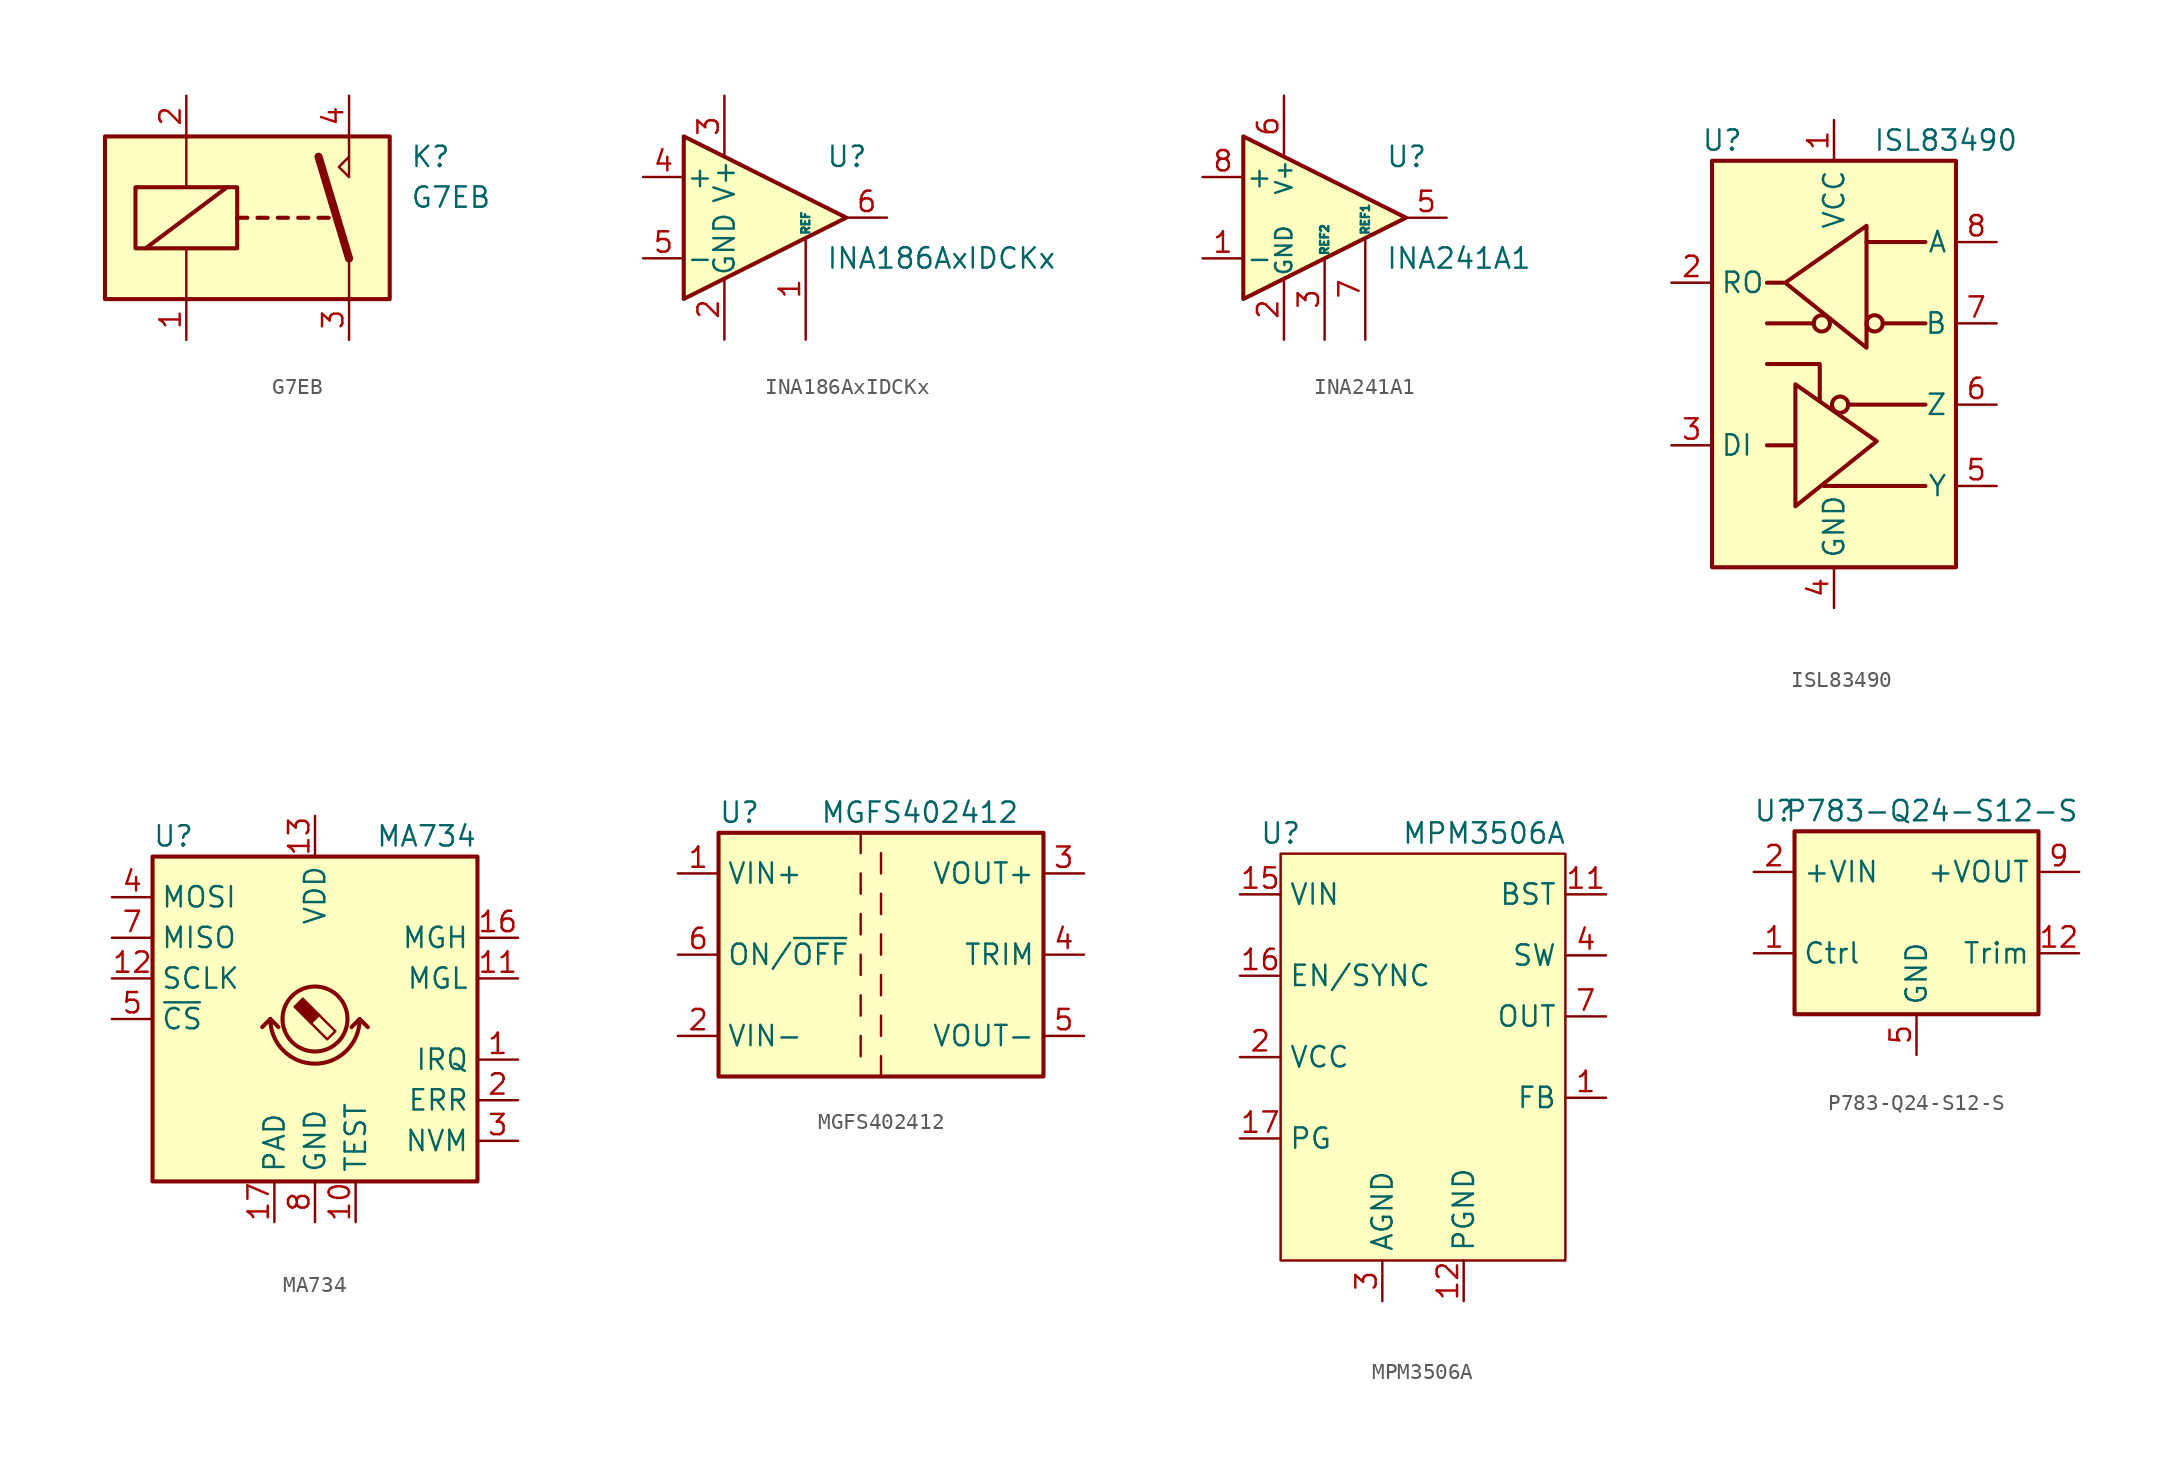
<source format=kicad_sym>
(kicad_symbol_lib
  (version 20220914)
  (generator kicad_symbol_editor)
  (symbol "G7EB"
    (property "Reference" "K"
      (at 8.89 3.81 0)
      (effects (font (size 1.27 1.27)) (justify left)))
    (property "Value" "G7EB"
      (at 8.89 1.27 0)
      (effects (font (size 1.27 1.27)) (justify left)))
    (symbol "G7EB_0_0"
      (polyline (pts (xy 5.08 5.08) (xy 5.08 2.54) (xy 4.445 3.175) (xy 5.08 3.81)) (stroke (width 0) (type default)) (fill (type none))))
    (symbol "G7EB_0_1"
      (rectangle (start -10.16 5.08) (end 7.62 -5.08) (stroke (width 0.254) (type default)) (fill (type background)))
      (rectangle (start -8.255 1.905) (end -1.905 -1.905) (stroke (width 0.254) (type default)) (fill (type none)))
      (polyline (pts (xy -7.62 -1.905) (xy -2.54 1.905)) (stroke (width 0.254) (type default)) (fill (type none)))
      (polyline (pts (xy -5.08 -5.08) (xy -5.08 -1.905)) (stroke (width 0) (type default)) (fill (type none)))
      (polyline (pts (xy -5.08 5.08) (xy -5.08 1.905)) (stroke (width 0) (type default)) (fill (type none)))
      (polyline (pts (xy -1.905 0) (xy -1.27 0)) (stroke (width 0.254) (type default)) (fill (type none)))
      (polyline (pts (xy -0.635 0) (xy 0 0)) (stroke (width 0.254) (type default)) (fill (type none)))
      (polyline (pts (xy 0.635 0) (xy 1.27 0)) (stroke (width 0.254) (type default)) (fill (type none)))
      (polyline (pts (xy 1.905 0) (xy 2.54 0)) (stroke (width 0.254) (type default)) (fill (type none)))
      (polyline (pts (xy 3.175 0) (xy 3.81 0)) (stroke (width 0.254) (type default)) (fill (type none)))
      (polyline (pts (xy 5.08 -2.54) (xy 3.175 3.81)) (stroke (width 0.508) (type default)) (fill (type none)))
      (polyline (pts (xy 5.08 -2.54) (xy 5.08 -5.08)) (stroke (width 0) (type default)) (fill (type none))))
    (symbol "G7EB_1_1"
      (pin passive line (at -5.08 -7.62 90) (length 2.54) (name "~" (effects (font (size 1.27 1.27)))) (number "1" (effects (font (size 1.27 1.27)))))
      (pin passive line (at -5.08 7.62 270) (length 2.54) (name "~" (effects (font (size 1.27 1.27)))) (number "2" (effects (font (size 1.27 1.27)))))
      (pin passive line (at 5.08 -7.62 90) (length 2.54) (name "~" (effects (font (size 1.27 1.27)))) (number "3" (effects (font (size 1.27 1.27)))))
      (pin passive line (at 5.08 7.62 270) (length 2.54) (name "~" (effects (font (size 1.27 1.27)))) (number "4" (effects (font (size 1.27 1.27)))))))
  (symbol "INA186AxIDCKx"
    (pin_names
      (offset 0.127))
    (property "Reference" "U"
      (at 3.81 3.81 0)
      (effects (font (size 1.27 1.27)) (justify left)))
    (property "Value" "INA186AxIDCKx"
      (at 3.81 -2.54 0)
      (effects (font (size 1.27 1.27)) (justify left)))
    (symbol "INA186AxIDCKx_0_1"
      (polyline (pts (xy 5.08 0) (xy -5.08 5.08) (xy -5.08 -5.08) (xy 5.08 0)) (stroke (width 0.254) (type default)) (fill (type background))))
    (symbol "INA186AxIDCKx_1_1"
      (pin input line (at 2.54 -7.62 90) (length 6.35) (name "REF" (effects (font (size 0.508 0.508)))) (number "1" (effects (font (size 1.27 1.27)))))
      (pin power_in line (at -2.54 -7.62 90) (length 3.81) (name "GND" (effects (font (size 1.27 1.27)))) (number "2" (effects (font (size 1.27 1.27)))))
      (pin power_in line (at -2.54 7.62 270) (length 3.81) (name "V+" (effects (font (size 1.27 1.27)))) (number "3" (effects (font (size 1.27 1.27)))))
      (pin input line (at -7.62 2.54 0) (length 2.54) (name "+" (effects (font (size 1.27 1.27)))) (number "4" (effects (font (size 1.27 1.27)))))
      (pin input line (at -7.62 -2.54 0) (length 2.54) (name "-" (effects (font (size 1.27 1.27)))) (number "5" (effects (font (size 1.27 1.27)))))
      (pin output line (at 7.62 0 180) (length 2.54) (name "~" (effects (font (size 1.27 1.27)))) (number "6" (effects (font (size 1.27 1.27)))))))
  (symbol "INA241A1"
    (pin_names
      (offset 0.127))
    (property "Reference" "U"
      (at 3.81 3.81 0)
      (effects (font (size 1.27 1.27)) (justify left)))
    (property "Value" "INA241A1"
      (at 3.81 -2.54 0)
      (effects (font (size 1.27 1.27)) (justify left)))
    (symbol "INA241A1_0_1"
      (polyline (pts (xy 5.08 0) (xy -5.08 5.08) (xy -5.08 -5.08) (xy 5.08 0)) (stroke (width 0.254) (type default)) (fill (type background))))
    (symbol "INA241A1_1_1"
      (pin input line (at -7.62 -2.54 0) (length 2.54) (name "-" (effects (font (size 1.27 1.27)))) (number "1" (effects (font (size 1.27 1.27)))))
      (pin power_in line (at -2.54 -7.62 90) (length 3.81) (name "GND" (effects (font (size 1.016 1.016)))) (number "2" (effects (font (size 1.27 1.27)))))
      (pin passive line (at 0 -7.62 90) (length 5.08) (name "REF2" (effects (font (size 0.508 0.508)))) (number "3" (effects (font (size 1.27 1.27)))))
      (pin passive line (at -2.54 -7.62 90) (length 3.81) hide (name "NC" (effects (font (size 1.016 1.016)))) (number "4" (effects (font (size 1.27 1.27)))))
      (pin output line (at 7.62 0 180) (length 2.54) (name "~" (effects (font (size 1.27 1.27)))) (number "5" (effects (font (size 1.27 1.27)))))
      (pin power_in line (at -2.54 7.62 270) (length 3.81) (name "V+" (effects (font (size 1.016 1.016)))) (number "6" (effects (font (size 1.27 1.27)))))
      (pin passive line (at 2.54 -7.62 90) (length 6.35) (name "REF1" (effects (font (size 0.508 0.508)))) (number "7" (effects (font (size 1.27 1.27)))))
      (pin input line (at -7.62 2.54 0) (length 2.54) (name "+" (effects (font (size 1.27 1.27)))) (number "8" (effects (font (size 1.27 1.27)))))))
  (symbol "ISL83490"
    (property "Reference" "U"
      (at -6.985 13.97 0)
      (effects (font (size 1.27 1.27))))
    (property "Value" "ISL83490"
      (at 6.985 13.97 0)
      (effects (font (size 1.27 1.27))))
    (symbol "ISL83490_0_1"
      (rectangle (start -7.62 12.7) (end 7.62 -12.7) (stroke (width 0.254) (type default)) (fill (type background))))
    (symbol "ISL83490_1_1"
      (circle (center -0.762 2.54) (radius 0.508) (stroke (width 0.254) (type default)) (fill (type none)))
      (polyline (pts (xy -4.191 2.54) (xy -1.27 2.54)) (stroke (width 0.254) (type default)) (fill (type none)))
      (polyline (pts (xy -2.54 -5.08) (xy -4.191 -5.08)) (stroke (width 0.254) (type default)) (fill (type none)))
      (polyline (pts (xy -0.635 -7.62) (xy 5.715 -7.62)) (stroke (width 0.254) (type default)) (fill (type none)))
      (polyline (pts (xy 0.889 -2.54) (xy 5.715 -2.54)) (stroke (width 0.254) (type default)) (fill (type none)))
      (polyline (pts (xy 2.032 7.62) (xy 5.715 7.62)) (stroke (width 0.254) (type default)) (fill (type none)))
      (polyline (pts (xy 3.048 2.54) (xy 5.715 2.54)) (stroke (width 0.254) (type default)) (fill (type none)))
      (polyline (pts (xy -4.191 0) (xy -0.889 0) (xy -0.889 -2.286)) (stroke (width 0.254) (type default)) (fill (type none)))
      (polyline (pts (xy -3.175 5.08) (xy -4.191 5.08) (xy -4.064 5.08)) (stroke (width 0.254) (type default)) (fill (type none)))
      (polyline (pts (xy -2.413 -5.08) (xy -2.413 -1.27) (xy 2.667 -4.826) (xy -2.413 -8.89) (xy -2.413 -5.08)) (stroke (width 0.254) (type default)) (fill (type none)))
      (polyline (pts (xy 2.032 4.826) (xy 2.032 8.636) (xy -3.048 5.08) (xy 2.032 1.016) (xy 2.032 4.826)) (stroke (width 0.254) (type default)) (fill (type none)))
      (circle (center 0.381 -2.54) (radius 0.508) (stroke (width 0.254) (type default)) (fill (type none)))
      (circle (center 2.54 2.54) (radius 0.508) (stroke (width 0.254) (type default)) (fill (type none)))
      (pin power_in line (at 0 15.24 270) (length 2.54) (name "VCC" (effects (font (size 1.27 1.27)))) (number "1" (effects (font (size 1.27 1.27)))))
      (pin output line (at -10.16 5.08 0) (length 2.54) (name "RO" (effects (font (size 1.27 1.27)))) (number "2" (effects (font (size 1.27 1.27)))))
      (pin input line (at -10.16 -5.08 0) (length 2.54) (name "DI" (effects (font (size 1.27 1.27)))) (number "3" (effects (font (size 1.27 1.27)))))
      (pin power_in line (at 0 -15.24 90) (length 2.54) (name "GND" (effects (font (size 1.27 1.27)))) (number "4" (effects (font (size 1.27 1.27)))))
      (pin output line (at 10.16 -7.62 180) (length 2.54) (name "Y" (effects (font (size 1.27 1.27)))) (number "5" (effects (font (size 1.27 1.27)))))
      (pin output line (at 10.16 -2.54 180) (length 2.54) (name "Z" (effects (font (size 1.27 1.27)))) (number "6" (effects (font (size 1.27 1.27)))))
      (pin input line (at 10.16 2.54 180) (length 2.54) (name "B" (effects (font (size 1.27 1.27)))) (number "7" (effects (font (size 1.27 1.27)))))
      (pin input line (at 10.16 7.62 180) (length 2.54) (name "A" (effects (font (size 1.27 1.27)))) (number "8" (effects (font (size 1.27 1.27)))))))
  (symbol "MA734"
    (property "Reference" "U"
      (at -10.16 11.43 0)
      (effects (font (size 1.27 1.27)) (justify left)))
    (property "Value" "MA734"
      (at 10.16 11.43 0)
      (effects (font (size 1.27 1.27)) (justify right)))
    (symbol "MA734_0_1"
      (rectangle (start -10.16 10.16) (end 10.16 -10.16) (stroke (width 0.254) (type solid)) (fill (type background)))
      (arc (start -2.794 0) (mid 0 -2.7819) (end 2.794 0) (stroke (width 0.254) (type solid)) (fill (type none)))
      (polyline (pts (xy -2.794 0) (xy -3.302 -0.508)) (stroke (width 0.254) (type solid)) (fill (type none)))
      (polyline (pts (xy -2.794 0) (xy -2.286 -0.508)) (stroke (width 0.254) (type solid)) (fill (type none)))
      (polyline (pts (xy 2.794 0) (xy 2.286 -0.508)) (stroke (width 0.254) (type solid)) (fill (type none)))
      (polyline (pts (xy 2.794 0) (xy 3.302 -0.508)) (stroke (width 0.254) (type solid)) (fill (type none))))
    (symbol "MA734_1_1"
      (polyline (pts (xy 0.254 0.254) (xy 1.27 -0.762) (xy 0.762 -1.27) (xy -0.254 -0.254)) (stroke (width 0) (type solid)) (fill (type none)))
      (polyline (pts (xy -0.762 1.27) (xy 0.254 0.254) (xy -0.254 -0.254) (xy -1.27 0.762) (xy -1.016 1.016) (xy -0.762 1.27) (xy -0.635 1.143)) (stroke (width 0) (type solid)) (fill (type outline)))
      (circle (center 0 0) (radius 2.032) (stroke (width 0.254) (type solid)) (fill (type none)))
      (pin output line (at 12.7 -2.54 180) (length 2.54) (name "IRQ" (effects (font (size 1.27 1.27)))) (number "1" (effects (font (size 1.27 1.27)))))
      (pin passive line (at 2.54 -12.7 90) (length 2.54) (name "TEST" (effects (font (size 1.27 1.27)))) (number "10" (effects (font (size 1.27 1.27)))))
      (pin output line (at 12.7 2.54 180) (length 2.54) (name "MGL" (effects (font (size 1.27 1.27)))) (number "11" (effects (font (size 1.27 1.27)))))
      (pin input line (at -12.7 2.54 0) (length 2.54) (name "SCLK" (effects (font (size 1.27 1.27)))) (number "12" (effects (font (size 1.27 1.27)))))
      (pin power_in line (at 0 12.7 270) (length 2.54) (name "VDD" (effects (font (size 1.27 1.27)))) (number "13" (effects (font (size 1.27 1.27)))))
      (pin no_connect line (at -12.7 -2.54 0) (length 2.54) hide (name "NC" (effects (font (size 1.27 1.27)))) (number "14" (effects (font (size 1.27 1.27)))))
      (pin no_connect line (at -12.7 -5.08 0) (length 2.54) hide (name "NC" (effects (font (size 1.27 1.27)))) (number "15" (effects (font (size 1.27 1.27)))))
      (pin output line (at 12.7 5.08 180) (length 2.54) (name "MGH" (effects (font (size 1.27 1.27)))) (number "16" (effects (font (size 1.27 1.27)))))
      (pin passive line (at -2.54 -12.7 90) (length 2.54) (name "PAD" (effects (font (size 1.27 1.27)))) (number "17" (effects (font (size 1.27 1.27)))))
      (pin output line (at 12.7 -5.08 180) (length 2.54) (name "ERR" (effects (font (size 1.27 1.27)))) (number "2" (effects (font (size 1.27 1.27)))))
      (pin output line (at 12.7 -7.62 180) (length 2.54) (name "NVM" (effects (font (size 1.27 1.27)))) (number "3" (effects (font (size 1.27 1.27)))))
      (pin input line (at -12.7 7.62 0) (length 2.54) (name "MOSI" (effects (font (size 1.27 1.27)))) (number "4" (effects (font (size 1.27 1.27)))))
      (pin input line (at -12.7 0 0) (length 2.54) (name "~{CS}" (effects (font (size 1.27 1.27)))) (number "5" (effects (font (size 1.27 1.27)))))
      (pin no_connect line (at -12.7 -7.62 0) (length 2.54) hide (name "NC" (effects (font (size 1.27 1.27)))) (number "6" (effects (font (size 1.27 1.27)))))
      (pin output line (at -12.7 5.08 0) (length 2.54) (name "MISO" (effects (font (size 1.27 1.27)))) (number "7" (effects (font (size 1.27 1.27)))))
      (pin power_in line (at 0 -12.7 90) (length 2.54) (name "GND" (effects (font (size 1.27 1.27)))) (number "8" (effects (font (size 1.27 1.27)))))
      (pin no_connect line (at 12.7 7.62 180) (length 2.54) hide (name "NC" (effects (font (size 1.27 1.27)))) (number "9" (effects (font (size 1.27 1.27)))))))
  (symbol "MGFS402412"
    (property "Reference" "U"
      (at -10.16 8.89 0)
      (effects (font (size 1.27 1.27)) (justify left)))
    (property "Value" "MGFS402412"
      (at -3.81 8.89 0)
      (effects (font (size 1.27 1.27)) (justify left)))
    (symbol "MGFS402412_0_1"
      (rectangle (start -10.16 7.62) (end 10.16 -7.62) (stroke (width 0.254) (type default)) (fill (type background)))
      (polyline (pts (xy -1.27 -5.08) (xy -1.27 -6.35)) (stroke (width 0) (type default)) (fill (type none)))
      (polyline (pts (xy -1.27 -2.54) (xy -1.27 -3.81)) (stroke (width 0) (type default)) (fill (type none)))
      (polyline (pts (xy -1.27 0) (xy -1.27 -1.27)) (stroke (width 0) (type default)) (fill (type none)))
      (polyline (pts (xy -1.27 2.54) (xy -1.27 1.27)) (stroke (width 0) (type default)) (fill (type none)))
      (polyline (pts (xy -1.27 5.08) (xy -1.27 3.81)) (stroke (width 0) (type default)) (fill (type none)))
      (polyline (pts (xy -1.27 7.62) (xy -1.27 6.35)) (stroke (width 0) (type default)) (fill (type none)))
      (polyline (pts (xy 0 -7.62) (xy 0 -6.35)) (stroke (width 0) (type default)) (fill (type none)))
      (polyline (pts (xy 0 -5.08) (xy 0 -3.81)) (stroke (width 0) (type default)) (fill (type none)))
      (polyline (pts (xy 0 -1.27) (xy 0 -2.54)) (stroke (width 0) (type default)) (fill (type none)))
      (polyline (pts (xy 0 0) (xy 0 1.27)) (stroke (width 0) (type default)) (fill (type none)))
      (polyline (pts (xy 0 2.54) (xy 0 3.81)) (stroke (width 0) (type default)) (fill (type none)))
      (polyline (pts (xy 0 5.08) (xy 0 6.35)) (stroke (width 0) (type default)) (fill (type none))))
    (symbol "MGFS402412_1_1"
      (pin power_in line (at -12.7 5.08 0) (length 2.54) (name "VIN+" (effects (font (size 1.27 1.27)))) (number "1" (effects (font (size 1.27 1.27)))))
      (pin power_in line (at -12.7 -5.08 0) (length 2.54) (name "VIN-" (effects (font (size 1.27 1.27)))) (number "2" (effects (font (size 1.27 1.27)))))
      (pin power_out line (at 12.7 5.08 180) (length 2.54) (name "VOUT+" (effects (font (size 1.27 1.27)))) (number "3" (effects (font (size 1.27 1.27)))))
      (pin passive line (at 12.7 0 180) (length 2.54) (name "TRIM" (effects (font (size 1.27 1.27)))) (number "4" (effects (font (size 1.27 1.27)))))
      (pin power_out line (at 12.7 -5.08 180) (length 2.54) (name "VOUT-" (effects (font (size 1.27 1.27)))) (number "5" (effects (font (size 1.27 1.27)))))
      (pin input line (at -12.7 0 0) (length 2.54) (name "ON/~{OFF}" (effects (font (size 1.27 1.27)))) (number "6" (effects (font (size 1.27 1.27)))))))
  (symbol "MPM3506A"
    (property "Reference" "U"
      (at -8.89 13.97 0)
      (effects (font (size 1.27 1.27))))
    (property "Value" "MPM3506A"
      (at 3.81 13.97 0)
      (effects (font (size 1.27 1.27))))
    (symbol "MPM3506A_1_0"
      (pin free line (at 11.43 10.16 180) (length 2.54) (name "BST" (effects (font (size 1.27 1.27)))) (number "11" (effects (font (size 1.27 1.27))))))
    (symbol "MPM3506A_1_1"
      (rectangle (start -8.89 12.7) (end 8.89 -12.7) (stroke (width 0) (type default)) (fill (type background)))
      (pin input line (at 11.43 -2.54 180) (length 2.54) (name "FB" (effects (font (size 1.27 1.27)))) (number "1" (effects (font (size 1.27 1.27)))))
      (pin no_connect line (at 11.43 -8.89 180) (length 2.54) hide (name "NC" (effects (font (size 1.27 1.27)))) (number "10" (effects (font (size 1.27 1.27)))))
      (pin power_in line (at 2.54 -15.24 90) (length 2.54) (name "PGND" (effects (font (size 1.27 1.27)))) (number "12" (effects (font (size 1.27 1.27)))))
      (pin power_in line (at 2.54 -15.24 90) (length 2.54) hide (name "PGND" (effects (font (size 1.27 1.27)))) (number "13" (effects (font (size 1.27 1.27)))))
      (pin no_connect line (at 11.43 -11.43 180) (length 2.54) hide (name "NC" (effects (font (size 1.27 1.27)))) (number "14" (effects (font (size 1.27 1.27)))))
      (pin power_in line (at -11.43 10.16 0) (length 2.54) (name "VIN" (effects (font (size 1.27 1.27)))) (number "15" (effects (font (size 1.27 1.27)))))
      (pin input line (at -11.43 5.08 0) (length 2.54) (name "EN/SYNC" (effects (font (size 1.27 1.27)))) (number "16" (effects (font (size 1.27 1.27)))))
      (pin input line (at -11.43 -5.08 0) (length 2.54) (name "PG" (effects (font (size 1.27 1.27)))) (number "17" (effects (font (size 1.27 1.27)))))
      (pin power_out line (at -11.43 0 0) (length 2.54) (name "VCC" (effects (font (size 1.27 1.27)))) (number "2" (effects (font (size 1.27 1.27)))))
      (pin power_in line (at -2.54 -15.24 90) (length 2.54) (name "AGND" (effects (font (size 1.27 1.27)))) (number "3" (effects (font (size 1.27 1.27)))))
      (pin free line (at 11.43 6.35 180) (length 2.54) (name "SW" (effects (font (size 1.27 1.27)))) (number "4" (effects (font (size 1.27 1.27)))))
      (pin power_out line (at 11.43 2.54 180) (length 2.54) (name "OUT" (effects (font (size 1.27 1.27)))) (number "7" (effects (font (size 1.27 1.27)))))))
  (symbol "P783-Q24-S12-S"
    (property "Reference" "U"
      (at -8.89 8.89 0)
      (effects (font (size 1.27 1.27))))
    (property "Value" "P783-Q24-S12-S"
      (at 10.16 8.89 0)
      (effects (font (size 1.27 1.27)) (justify right)))
    (symbol "P783-Q24-S12-S_0_1"
      (rectangle (start -7.62 7.62) (end 7.62 -3.81) (stroke (width 0.254) (type default)) (fill (type background))))
    (symbol "P783-Q24-S12-S_1_1"
      (pin input line (at -10.16 0 0) (length 2.54) (name "Ctrl" (effects (font (size 1.27 1.27)))) (number "1" (effects (font (size 1.27 1.27)))))
      (pin passive line (at 10.16 5.08 180) (length 2.54) hide (name "+VOUT" (effects (font (size 1.27 1.27)))) (number "10" (effects (font (size 1.27 1.27)))))
      (pin passive line (at 10.16 5.08 180) (length 2.54) hide (name "+VOUT" (effects (font (size 1.27 1.27)))) (number "11" (effects (font (size 1.27 1.27)))))
      (pin input line (at 10.16 0 180) (length 2.54) (name "Trim" (effects (font (size 1.27 1.27)))) (number "12" (effects (font (size 1.27 1.27)))))
      (pin power_in line (at -10.16 5.08 0) (length 2.54) (name "+VIN" (effects (font (size 1.27 1.27)))) (number "2" (effects (font (size 1.27 1.27)))))
      (pin passive line (at -10.16 5.08 0) (length 2.54) hide (name "+VIN" (effects (font (size 1.27 1.27)))) (number "3" (effects (font (size 1.27 1.27)))))
      (pin passive line (at -10.16 5.08 0) (length 2.54) hide (name "+VIN" (effects (font (size 1.27 1.27)))) (number "4" (effects (font (size 1.27 1.27)))))
      (pin power_in line (at 0 -6.35 90) (length 2.54) (name "GND" (effects (font (size 1.27 1.27)))) (number "5" (effects (font (size 1.27 1.27)))))
      (pin passive line (at 0 -6.35 90) (length 2.54) hide (name "GND" (effects (font (size 1.27 1.27)))) (number "6" (effects (font (size 1.27 1.27)))))
      (pin passive line (at 0 -6.35 90) (length 2.54) hide (name "GND" (effects (font (size 1.27 1.27)))) (number "7" (effects (font (size 1.27 1.27)))))
      (pin passive line (at 0 -6.35 90) (length 2.54) hide (name "GND" (effects (font (size 1.27 1.27)))) (number "8" (effects (font (size 1.27 1.27)))))
      (pin power_out line (at 10.16 5.08 180) (length 2.54) (name "+VOUT" (effects (font (size 1.27 1.27)))) (number "9" (effects (font (size 1.27 1.27))))))))
</source>
